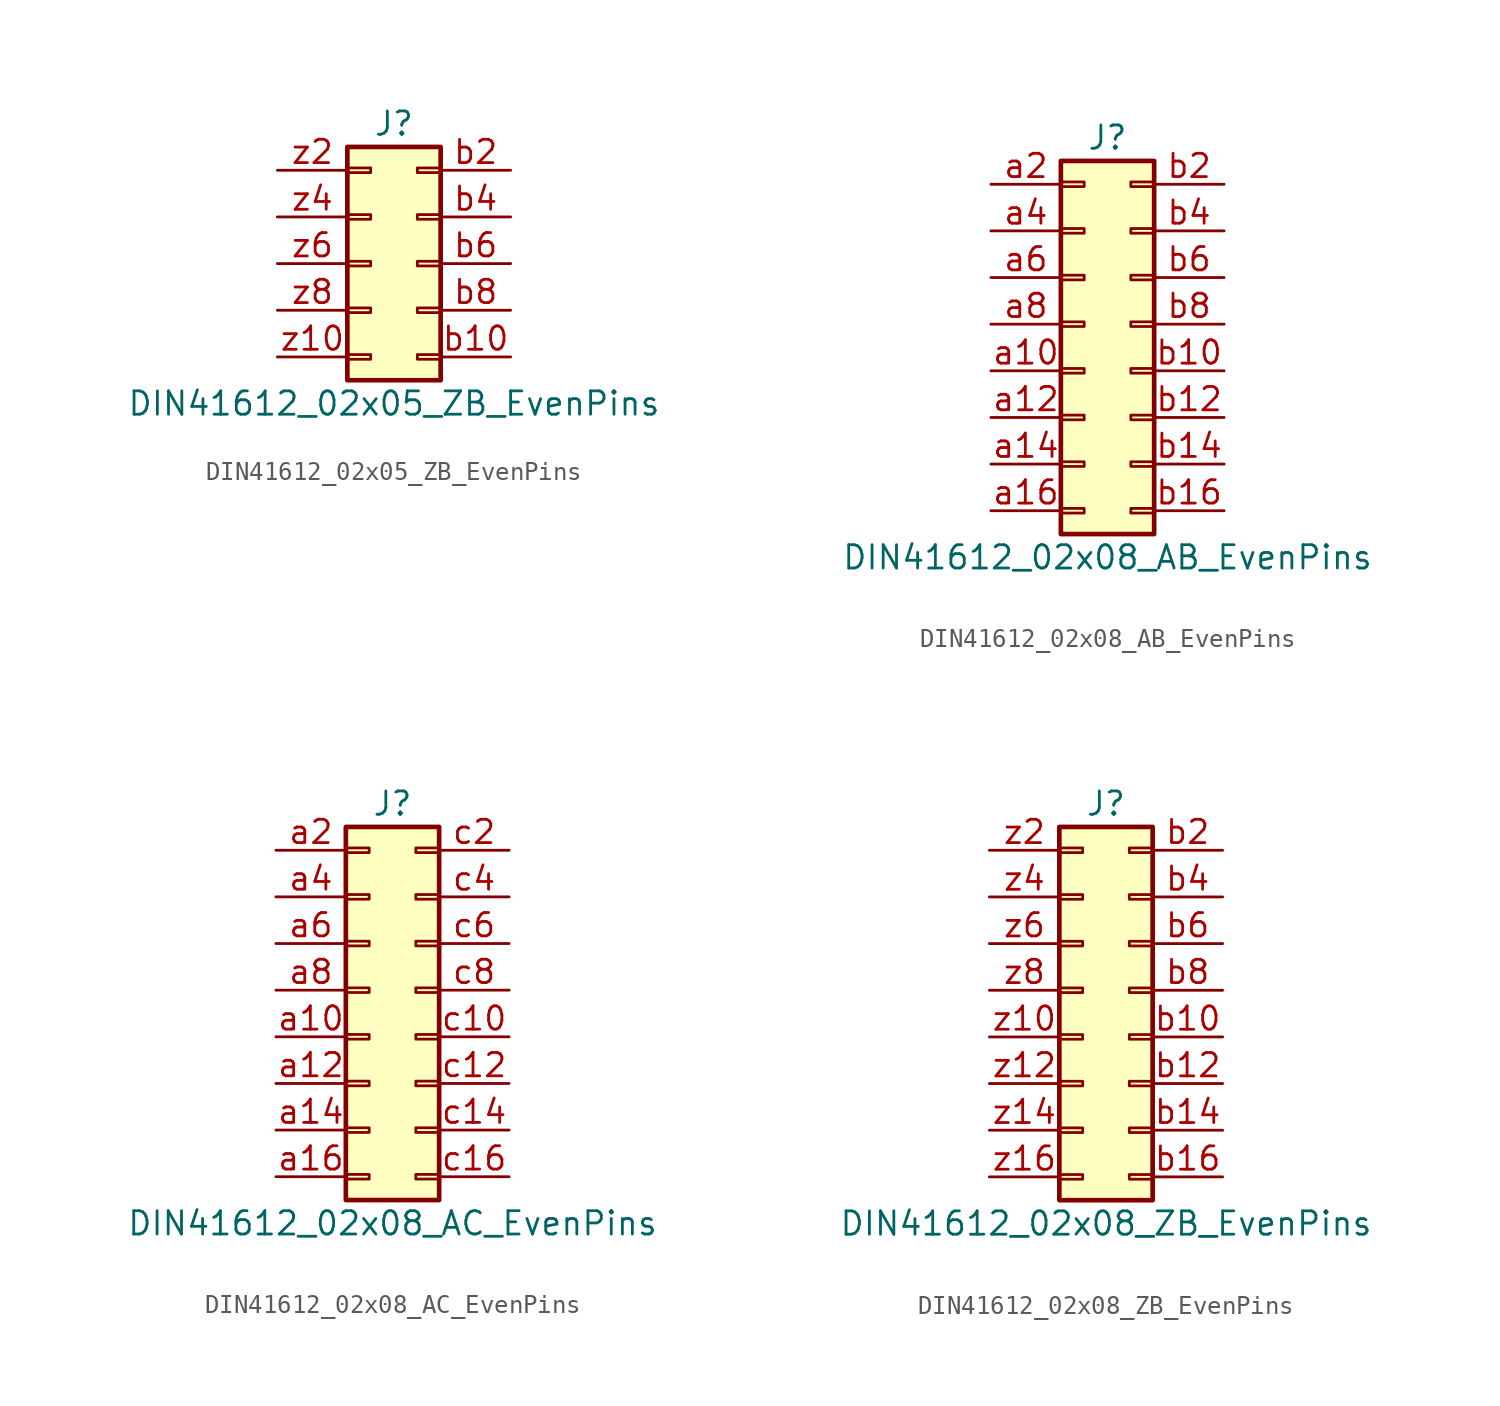
<source format=kicad_sym>
(kicad_symbol_lib
  (version 20201005)
  (generator kicad_symbol_editor)
  (symbol "Connector:DIN41612_02x05_ZB_EvenPins"
    (pin_names
      (offset 1.016) hide)
    (property "Reference" "J"
      (at 1.27 7.62 0)
      (effects (font (size 1.27 1.27))))
    (property "Value" "DIN41612_02x05_ZB_EvenPins"
      (at 1.27 -7.62 0)
      (effects (font (size 1.27 1.27))))
    (symbol "DIN41612_02x05_ZB_EvenPins_1_1"
      (rectangle (start -1.27 -4.953) (end 0 -5.207) (stroke (width 0.152)) (fill (type none)))
      (rectangle (start -1.27 -2.413) (end 0 -2.667) (stroke (width 0.152)) (fill (type none)))
      (rectangle (start -1.27 0.127) (end 0 -0.127) (stroke (width 0.152)) (fill (type none)))
      (rectangle (start -1.27 2.667) (end 0 2.413) (stroke (width 0.152)) (fill (type none)))
      (rectangle (start -1.27 5.207) (end 0 4.953) (stroke (width 0.152)) (fill (type none)))
      (rectangle (start -1.27 6.35) (end 3.81 -6.35) (stroke (width 0.254)) (fill (type background)))
      (rectangle (start 3.81 -4.953) (end 2.54 -5.207) (stroke (width 0.152)) (fill (type none)))
      (rectangle (start 3.81 -2.413) (end 2.54 -2.667) (stroke (width 0.152)) (fill (type none)))
      (rectangle (start 3.81 0.127) (end 2.54 -0.127) (stroke (width 0.152)) (fill (type none)))
      (rectangle (start 3.81 2.667) (end 2.54 2.413) (stroke (width 0.152)) (fill (type none)))
      (rectangle (start 3.81 5.207) (end 2.54 4.953) (stroke (width 0.152)) (fill (type none)))
      (pin passive line (at 7.62 -5.08 180) (length 3.81) (name "Pin_b10" (effects (font (size 1.27 1.27)))) (number "b10" (effects (font (size 1.27 1.27)))))
      (pin passive line (at 7.62 5.08 180) (length 3.81) (name "Pin_b2" (effects (font (size 1.27 1.27)))) (number "b2" (effects (font (size 1.27 1.27)))))
      (pin passive line (at 7.62 2.54 180) (length 3.81) (name "Pin_b4" (effects (font (size 1.27 1.27)))) (number "b4" (effects (font (size 1.27 1.27)))))
      (pin passive line (at 7.62 0 180) (length 3.81) (name "Pin_b6" (effects (font (size 1.27 1.27)))) (number "b6" (effects (font (size 1.27 1.27)))))
      (pin passive line (at 7.62 -2.54 180) (length 3.81) (name "Pin_b8" (effects (font (size 1.27 1.27)))) (number "b8" (effects (font (size 1.27 1.27)))))
      (pin passive line (at -5.08 -5.08 0) (length 3.81) (name "Pin_z10" (effects (font (size 1.27 1.27)))) (number "z10" (effects (font (size 1.27 1.27)))))
      (pin passive line (at -5.08 5.08 0) (length 3.81) (name "Pin_z2" (effects (font (size 1.27 1.27)))) (number "z2" (effects (font (size 1.27 1.27)))))
      (pin passive line (at -5.08 2.54 0) (length 3.81) (name "Pin_z4" (effects (font (size 1.27 1.27)))) (number "z4" (effects (font (size 1.27 1.27)))))
      (pin passive line (at -5.08 0 0) (length 3.81) (name "Pin_z6" (effects (font (size 1.27 1.27)))) (number "z6" (effects (font (size 1.27 1.27)))))
      (pin passive line (at -5.08 -2.54 0) (length 3.81) (name "Pin_z8" (effects (font (size 1.27 1.27)))) (number "z8" (effects (font (size 1.27 1.27)))))))
  (symbol "Connector:DIN41612_02x08_AB_EvenPins"
    (pin_names
      (offset 1.016) hide)
    (property "Reference" "J"
      (at 1.27 10.16 0)
      (effects (font (size 1.27 1.27))))
    (property "Value" "DIN41612_02x08_AB_EvenPins"
      (at 1.27 -12.7 0)
      (effects (font (size 1.27 1.27))))
    (symbol "DIN41612_02x08_AB_EvenPins_1_1"
      (rectangle (start -1.27 -10.033) (end 0 -10.287) (stroke (width 0.152)) (fill (type none)))
      (rectangle (start -1.27 -7.493) (end 0 -7.747) (stroke (width 0.152)) (fill (type none)))
      (rectangle (start -1.27 -4.953) (end 0 -5.207) (stroke (width 0.152)) (fill (type none)))
      (rectangle (start -1.27 -2.413) (end 0 -2.667) (stroke (width 0.152)) (fill (type none)))
      (rectangle (start -1.27 0.127) (end 0 -0.127) (stroke (width 0.152)) (fill (type none)))
      (rectangle (start -1.27 2.667) (end 0 2.413) (stroke (width 0.152)) (fill (type none)))
      (rectangle (start -1.27 5.207) (end 0 4.953) (stroke (width 0.152)) (fill (type none)))
      (rectangle (start -1.27 7.747) (end 0 7.493) (stroke (width 0.152)) (fill (type none)))
      (rectangle (start -1.27 8.89) (end 3.81 -11.43) (stroke (width 0.254)) (fill (type background)))
      (rectangle (start 3.81 -10.033) (end 2.54 -10.287) (stroke (width 0.152)) (fill (type none)))
      (rectangle (start 3.81 -7.493) (end 2.54 -7.747) (stroke (width 0.152)) (fill (type none)))
      (rectangle (start 3.81 -4.953) (end 2.54 -5.207) (stroke (width 0.152)) (fill (type none)))
      (rectangle (start 3.81 -2.413) (end 2.54 -2.667) (stroke (width 0.152)) (fill (type none)))
      (rectangle (start 3.81 0.127) (end 2.54 -0.127) (stroke (width 0.152)) (fill (type none)))
      (rectangle (start 3.81 2.667) (end 2.54 2.413) (stroke (width 0.152)) (fill (type none)))
      (rectangle (start 3.81 5.207) (end 2.54 4.953) (stroke (width 0.152)) (fill (type none)))
      (rectangle (start 3.81 7.747) (end 2.54 7.493) (stroke (width 0.152)) (fill (type none)))
      (pin passive line (at -5.08 -2.54 0) (length 3.81) (name "Pin_a10" (effects (font (size 1.27 1.27)))) (number "a10" (effects (font (size 1.27 1.27)))))
      (pin passive line (at -5.08 -5.08 0) (length 3.81) (name "Pin_a12" (effects (font (size 1.27 1.27)))) (number "a12" (effects (font (size 1.27 1.27)))))
      (pin passive line (at -5.08 -7.62 0) (length 3.81) (name "Pin_a14" (effects (font (size 1.27 1.27)))) (number "a14" (effects (font (size 1.27 1.27)))))
      (pin passive line (at -5.08 -10.16 0) (length 3.81) (name "Pin_a16" (effects (font (size 1.27 1.27)))) (number "a16" (effects (font (size 1.27 1.27)))))
      (pin passive line (at -5.08 7.62 0) (length 3.81) (name "Pin_a2" (effects (font (size 1.27 1.27)))) (number "a2" (effects (font (size 1.27 1.27)))))
      (pin passive line (at -5.08 5.08 0) (length 3.81) (name "Pin_a4" (effects (font (size 1.27 1.27)))) (number "a4" (effects (font (size 1.27 1.27)))))
      (pin passive line (at -5.08 2.54 0) (length 3.81) (name "Pin_a6" (effects (font (size 1.27 1.27)))) (number "a6" (effects (font (size 1.27 1.27)))))
      (pin passive line (at -5.08 0 0) (length 3.81) (name "Pin_a8" (effects (font (size 1.27 1.27)))) (number "a8" (effects (font (size 1.27 1.27)))))
      (pin passive line (at 7.62 -2.54 180) (length 3.81) (name "Pin_b10" (effects (font (size 1.27 1.27)))) (number "b10" (effects (font (size 1.27 1.27)))))
      (pin passive line (at 7.62 -5.08 180) (length 3.81) (name "Pin_b12" (effects (font (size 1.27 1.27)))) (number "b12" (effects (font (size 1.27 1.27)))))
      (pin passive line (at 7.62 -7.62 180) (length 3.81) (name "Pin_b14" (effects (font (size 1.27 1.27)))) (number "b14" (effects (font (size 1.27 1.27)))))
      (pin passive line (at 7.62 -10.16 180) (length 3.81) (name "Pin_b16" (effects (font (size 1.27 1.27)))) (number "b16" (effects (font (size 1.27 1.27)))))
      (pin passive line (at 7.62 7.62 180) (length 3.81) (name "Pin_b2" (effects (font (size 1.27 1.27)))) (number "b2" (effects (font (size 1.27 1.27)))))
      (pin passive line (at 7.62 5.08 180) (length 3.81) (name "Pin_b4" (effects (font (size 1.27 1.27)))) (number "b4" (effects (font (size 1.27 1.27)))))
      (pin passive line (at 7.62 2.54 180) (length 3.81) (name "Pin_b6" (effects (font (size 1.27 1.27)))) (number "b6" (effects (font (size 1.27 1.27)))))
      (pin passive line (at 7.62 0 180) (length 3.81) (name "Pin_b8" (effects (font (size 1.27 1.27)))) (number "b8" (effects (font (size 1.27 1.27)))))))
  (symbol "Connector:DIN41612_02x08_AC_EvenPins"
    (pin_names
      (offset 1.016) hide)
    (property "Reference" "J"
      (at 1.27 10.16 0)
      (effects (font (size 1.27 1.27))))
    (property "Value" "DIN41612_02x08_AC_EvenPins"
      (at 1.27 -12.7 0)
      (effects (font (size 1.27 1.27))))
    (symbol "DIN41612_02x08_AC_EvenPins_1_1"
      (rectangle (start -1.27 -10.033) (end 0 -10.287) (stroke (width 0.152)) (fill (type none)))
      (rectangle (start -1.27 -7.493) (end 0 -7.747) (stroke (width 0.152)) (fill (type none)))
      (rectangle (start -1.27 -4.953) (end 0 -5.207) (stroke (width 0.152)) (fill (type none)))
      (rectangle (start -1.27 -2.413) (end 0 -2.667) (stroke (width 0.152)) (fill (type none)))
      (rectangle (start -1.27 0.127) (end 0 -0.127) (stroke (width 0.152)) (fill (type none)))
      (rectangle (start -1.27 2.667) (end 0 2.413) (stroke (width 0.152)) (fill (type none)))
      (rectangle (start -1.27 5.207) (end 0 4.953) (stroke (width 0.152)) (fill (type none)))
      (rectangle (start -1.27 7.747) (end 0 7.493) (stroke (width 0.152)) (fill (type none)))
      (rectangle (start -1.27 8.89) (end 3.81 -11.43) (stroke (width 0.254)) (fill (type background)))
      (rectangle (start 3.81 -10.033) (end 2.54 -10.287) (stroke (width 0.152)) (fill (type none)))
      (rectangle (start 3.81 -7.493) (end 2.54 -7.747) (stroke (width 0.152)) (fill (type none)))
      (rectangle (start 3.81 -4.953) (end 2.54 -5.207) (stroke (width 0.152)) (fill (type none)))
      (rectangle (start 3.81 -2.413) (end 2.54 -2.667) (stroke (width 0.152)) (fill (type none)))
      (rectangle (start 3.81 0.127) (end 2.54 -0.127) (stroke (width 0.152)) (fill (type none)))
      (rectangle (start 3.81 2.667) (end 2.54 2.413) (stroke (width 0.152)) (fill (type none)))
      (rectangle (start 3.81 5.207) (end 2.54 4.953) (stroke (width 0.152)) (fill (type none)))
      (rectangle (start 3.81 7.747) (end 2.54 7.493) (stroke (width 0.152)) (fill (type none)))
      (pin passive line (at -5.08 -2.54 0) (length 3.81) (name "Pin_a10" (effects (font (size 1.27 1.27)))) (number "a10" (effects (font (size 1.27 1.27)))))
      (pin passive line (at -5.08 -5.08 0) (length 3.81) (name "Pin_a12" (effects (font (size 1.27 1.27)))) (number "a12" (effects (font (size 1.27 1.27)))))
      (pin passive line (at -5.08 -7.62 0) (length 3.81) (name "Pin_a14" (effects (font (size 1.27 1.27)))) (number "a14" (effects (font (size 1.27 1.27)))))
      (pin passive line (at -5.08 -10.16 0) (length 3.81) (name "Pin_a16" (effects (font (size 1.27 1.27)))) (number "a16" (effects (font (size 1.27 1.27)))))
      (pin passive line (at -5.08 7.62 0) (length 3.81) (name "Pin_a2" (effects (font (size 1.27 1.27)))) (number "a2" (effects (font (size 1.27 1.27)))))
      (pin passive line (at -5.08 5.08 0) (length 3.81) (name "Pin_a4" (effects (font (size 1.27 1.27)))) (number "a4" (effects (font (size 1.27 1.27)))))
      (pin passive line (at -5.08 2.54 0) (length 3.81) (name "Pin_a6" (effects (font (size 1.27 1.27)))) (number "a6" (effects (font (size 1.27 1.27)))))
      (pin passive line (at -5.08 0 0) (length 3.81) (name "Pin_a8" (effects (font (size 1.27 1.27)))) (number "a8" (effects (font (size 1.27 1.27)))))
      (pin passive line (at 7.62 -2.54 180) (length 3.81) (name "Pin_c10" (effects (font (size 1.27 1.27)))) (number "c10" (effects (font (size 1.27 1.27)))))
      (pin passive line (at 7.62 -5.08 180) (length 3.81) (name "Pin_c12" (effects (font (size 1.27 1.27)))) (number "c12" (effects (font (size 1.27 1.27)))))
      (pin passive line (at 7.62 -7.62 180) (length 3.81) (name "Pin_c14" (effects (font (size 1.27 1.27)))) (number "c14" (effects (font (size 1.27 1.27)))))
      (pin passive line (at 7.62 -10.16 180) (length 3.81) (name "Pin_c16" (effects (font (size 1.27 1.27)))) (number "c16" (effects (font (size 1.27 1.27)))))
      (pin passive line (at 7.62 7.62 180) (length 3.81) (name "Pin_c2" (effects (font (size 1.27 1.27)))) (number "c2" (effects (font (size 1.27 1.27)))))
      (pin passive line (at 7.62 5.08 180) (length 3.81) (name "Pin_c4" (effects (font (size 1.27 1.27)))) (number "c4" (effects (font (size 1.27 1.27)))))
      (pin passive line (at 7.62 2.54 180) (length 3.81) (name "Pin_c6" (effects (font (size 1.27 1.27)))) (number "c6" (effects (font (size 1.27 1.27)))))
      (pin passive line (at 7.62 0 180) (length 3.81) (name "Pin_c8" (effects (font (size 1.27 1.27)))) (number "c8" (effects (font (size 1.27 1.27)))))))
  (symbol "Connector:DIN41612_02x08_ZB_EvenPins"
    (pin_names
      (offset 1.016) hide)
    (property "Reference" "J"
      (at 1.27 10.16 0)
      (effects (font (size 1.27 1.27))))
    (property "Value" "DIN41612_02x08_ZB_EvenPins"
      (at 1.27 -12.7 0)
      (effects (font (size 1.27 1.27))))
    (symbol "DIN41612_02x08_ZB_EvenPins_1_1"
      (rectangle (start -1.27 -10.033) (end 0 -10.287) (stroke (width 0.152)) (fill (type none)))
      (rectangle (start -1.27 -7.493) (end 0 -7.747) (stroke (width 0.152)) (fill (type none)))
      (rectangle (start -1.27 -4.953) (end 0 -5.207) (stroke (width 0.152)) (fill (type none)))
      (rectangle (start -1.27 -2.413) (end 0 -2.667) (stroke (width 0.152)) (fill (type none)))
      (rectangle (start -1.27 0.127) (end 0 -0.127) (stroke (width 0.152)) (fill (type none)))
      (rectangle (start -1.27 2.667) (end 0 2.413) (stroke (width 0.152)) (fill (type none)))
      (rectangle (start -1.27 5.207) (end 0 4.953) (stroke (width 0.152)) (fill (type none)))
      (rectangle (start -1.27 7.747) (end 0 7.493) (stroke (width 0.152)) (fill (type none)))
      (rectangle (start -1.27 8.89) (end 3.81 -11.43) (stroke (width 0.254)) (fill (type background)))
      (rectangle (start 3.81 -10.033) (end 2.54 -10.287) (stroke (width 0.152)) (fill (type none)))
      (rectangle (start 3.81 -7.493) (end 2.54 -7.747) (stroke (width 0.152)) (fill (type none)))
      (rectangle (start 3.81 -4.953) (end 2.54 -5.207) (stroke (width 0.152)) (fill (type none)))
      (rectangle (start 3.81 -2.413) (end 2.54 -2.667) (stroke (width 0.152)) (fill (type none)))
      (rectangle (start 3.81 0.127) (end 2.54 -0.127) (stroke (width 0.152)) (fill (type none)))
      (rectangle (start 3.81 2.667) (end 2.54 2.413) (stroke (width 0.152)) (fill (type none)))
      (rectangle (start 3.81 5.207) (end 2.54 4.953) (stroke (width 0.152)) (fill (type none)))
      (rectangle (start 3.81 7.747) (end 2.54 7.493) (stroke (width 0.152)) (fill (type none)))
      (pin passive line (at 7.62 -2.54 180) (length 3.81) (name "Pin_b10" (effects (font (size 1.27 1.27)))) (number "b10" (effects (font (size 1.27 1.27)))))
      (pin passive line (at 7.62 -5.08 180) (length 3.81) (name "Pin_b12" (effects (font (size 1.27 1.27)))) (number "b12" (effects (font (size 1.27 1.27)))))
      (pin passive line (at 7.62 -7.62 180) (length 3.81) (name "Pin_b14" (effects (font (size 1.27 1.27)))) (number "b14" (effects (font (size 1.27 1.27)))))
      (pin passive line (at 7.62 -10.16 180) (length 3.81) (name "Pin_b16" (effects (font (size 1.27 1.27)))) (number "b16" (effects (font (size 1.27 1.27)))))
      (pin passive line (at 7.62 7.62 180) (length 3.81) (name "Pin_b2" (effects (font (size 1.27 1.27)))) (number "b2" (effects (font (size 1.27 1.27)))))
      (pin passive line (at 7.62 5.08 180) (length 3.81) (name "Pin_b4" (effects (font (size 1.27 1.27)))) (number "b4" (effects (font (size 1.27 1.27)))))
      (pin passive line (at 7.62 2.54 180) (length 3.81) (name "Pin_b6" (effects (font (size 1.27 1.27)))) (number "b6" (effects (font (size 1.27 1.27)))))
      (pin passive line (at 7.62 0 180) (length 3.81) (name "Pin_b8" (effects (font (size 1.27 1.27)))) (number "b8" (effects (font (size 1.27 1.27)))))
      (pin passive line (at -5.08 -2.54 0) (length 3.81) (name "Pin_z10" (effects (font (size 1.27 1.27)))) (number "z10" (effects (font (size 1.27 1.27)))))
      (pin passive line (at -5.08 -5.08 0) (length 3.81) (name "Pin_z12" (effects (font (size 1.27 1.27)))) (number "z12" (effects (font (size 1.27 1.27)))))
      (pin passive line (at -5.08 -7.62 0) (length 3.81) (name "Pin_z14" (effects (font (size 1.27 1.27)))) (number "z14" (effects (font (size 1.27 1.27)))))
      (pin passive line (at -5.08 -10.16 0) (length 3.81) (name "Pin_z16" (effects (font (size 1.27 1.27)))) (number "z16" (effects (font (size 1.27 1.27)))))
      (pin passive line (at -5.08 7.62 0) (length 3.81) (name "Pin_z2" (effects (font (size 1.27 1.27)))) (number "z2" (effects (font (size 1.27 1.27)))))
      (pin passive line (at -5.08 5.08 0) (length 3.81) (name "Pin_z4" (effects (font (size 1.27 1.27)))) (number "z4" (effects (font (size 1.27 1.27)))))
      (pin passive line (at -5.08 2.54 0) (length 3.81) (name "Pin_z6" (effects (font (size 1.27 1.27)))) (number "z6" (effects (font (size 1.27 1.27)))))
      (pin passive line (at -5.08 0 0) (length 3.81) (name "Pin_z8" (effects (font (size 1.27 1.27)))) (number "z8" (effects (font (size 1.27 1.27))))))))
</source>
